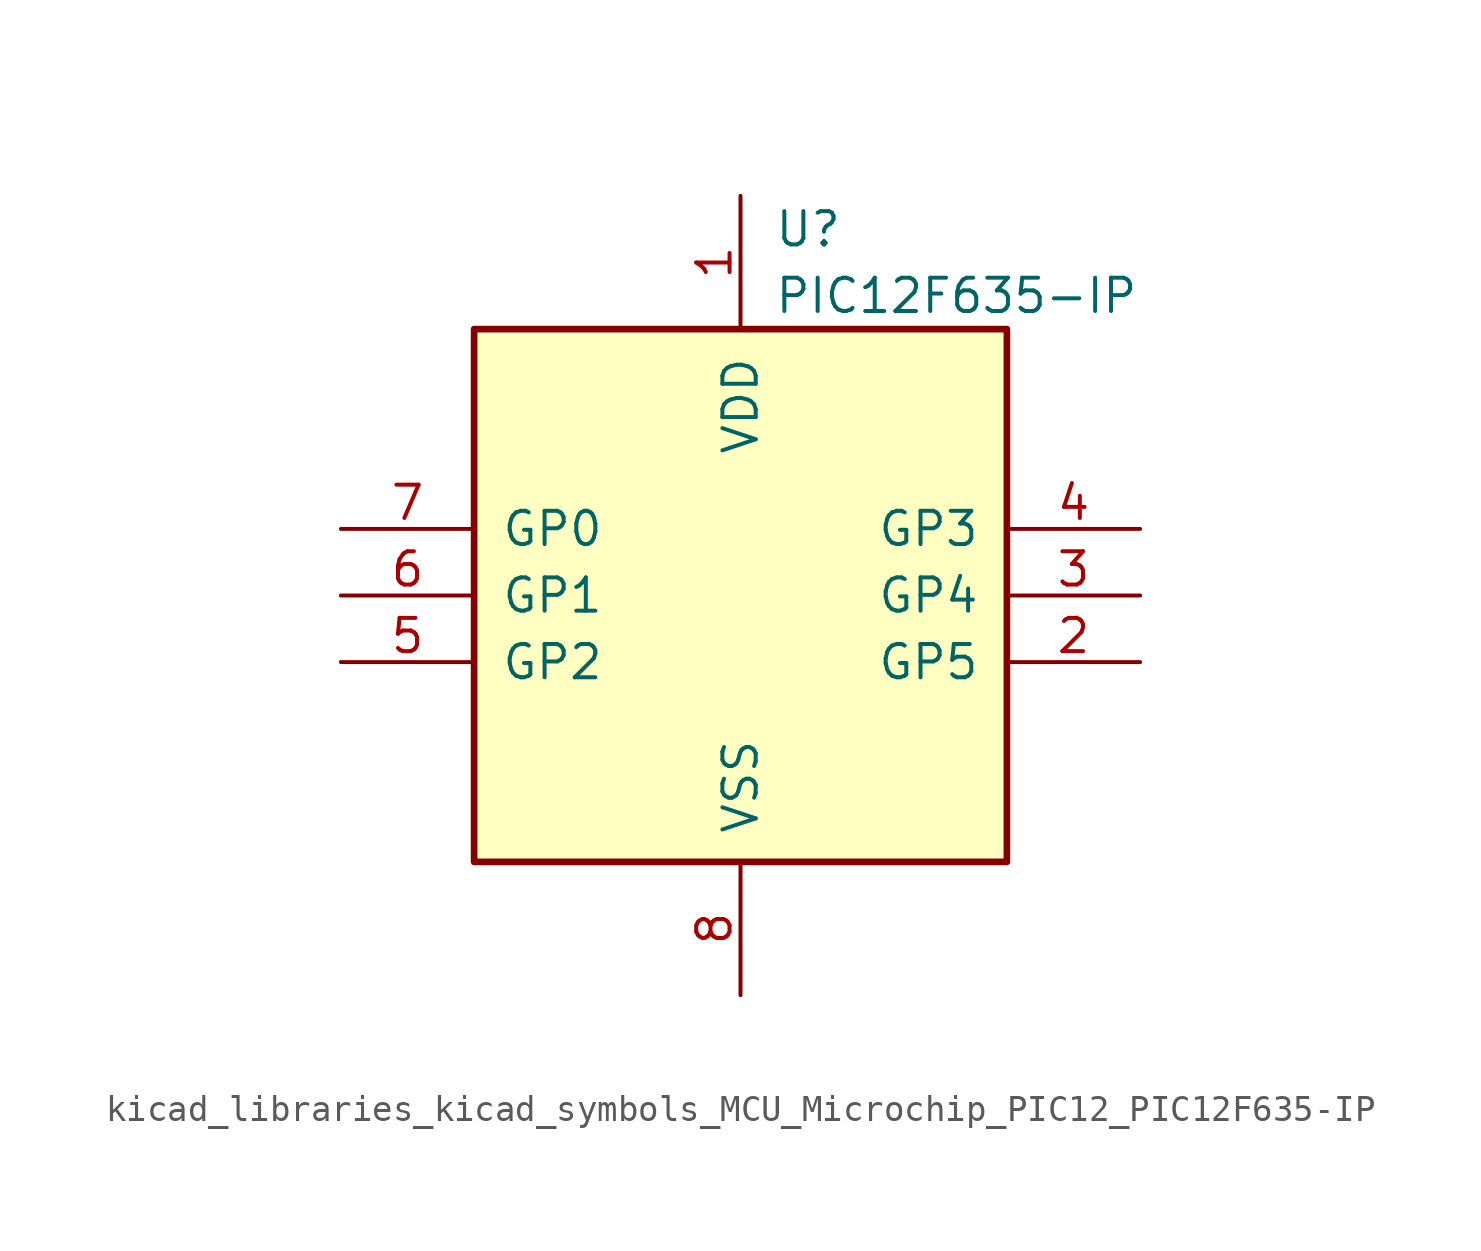
<source format=kicad_sym>
(kicad_symbol_lib
  (version 20220914)
  (generator kicad_symbol_editor)
  (symbol "kicad_libraries_kicad_symbols_MCU_Microchip_PIC12_PIC12F635-IP"
    (pin_names
      (offset 1.016))
    (property "Reference" "U"
      (at 1.27 13.97 0)
      (effects (font (size 1.27 1.27)) (justify left)))
    (property "Value" "PIC12F635-IP"
      (at 1.27 11.43 0)
      (effects (font (size 1.27 1.27)) (justify left)))
    (symbol "kicad_libraries_kicad_symbols_MCU_Microchip_PIC12_PIC12F635-IP_0_1"
      (rectangle (start 10.16 -10.16) (end -10.16 10.16) (stroke (width 0.254) (type default)) (fill (type background))))
    (symbol "kicad_libraries_kicad_symbols_MCU_Microchip_PIC12_PIC12F635-IP_1_1"
      (pin power_in line (at 0 15.24 270) (length 5.08) (name "VDD" (effects (font (size 1.27 1.27)))) (number "1" (effects (font (size 1.27 1.27)))))
      (pin bidirectional line (at 15.24 -2.54 180) (length 5.08) (name "GP5" (effects (font (size 1.27 1.27)))) (number "2" (effects (font (size 1.27 1.27)))))
      (pin bidirectional line (at 15.24 0 180) (length 5.08) (name "GP4" (effects (font (size 1.27 1.27)))) (number "3" (effects (font (size 1.27 1.27)))))
      (pin input line (at 15.24 2.54 180) (length 5.08) (name "GP3" (effects (font (size 1.27 1.27)))) (number "4" (effects (font (size 1.27 1.27)))))
      (pin bidirectional line (at -15.24 -2.54 0) (length 5.08) (name "GP2" (effects (font (size 1.27 1.27)))) (number "5" (effects (font (size 1.27 1.27)))))
      (pin bidirectional line (at -15.24 0 0) (length 5.08) (name "GP1" (effects (font (size 1.27 1.27)))) (number "6" (effects (font (size 1.27 1.27)))))
      (pin bidirectional line (at -15.24 2.54 0) (length 5.08) (name "GP0" (effects (font (size 1.27 1.27)))) (number "7" (effects (font (size 1.27 1.27)))))
      (pin power_in line (at 0 -15.24 90) (length 5.08) (name "VSS" (effects (font (size 1.27 1.27)))) (number "8" (effects (font (size 1.27 1.27))))))))
</source>
